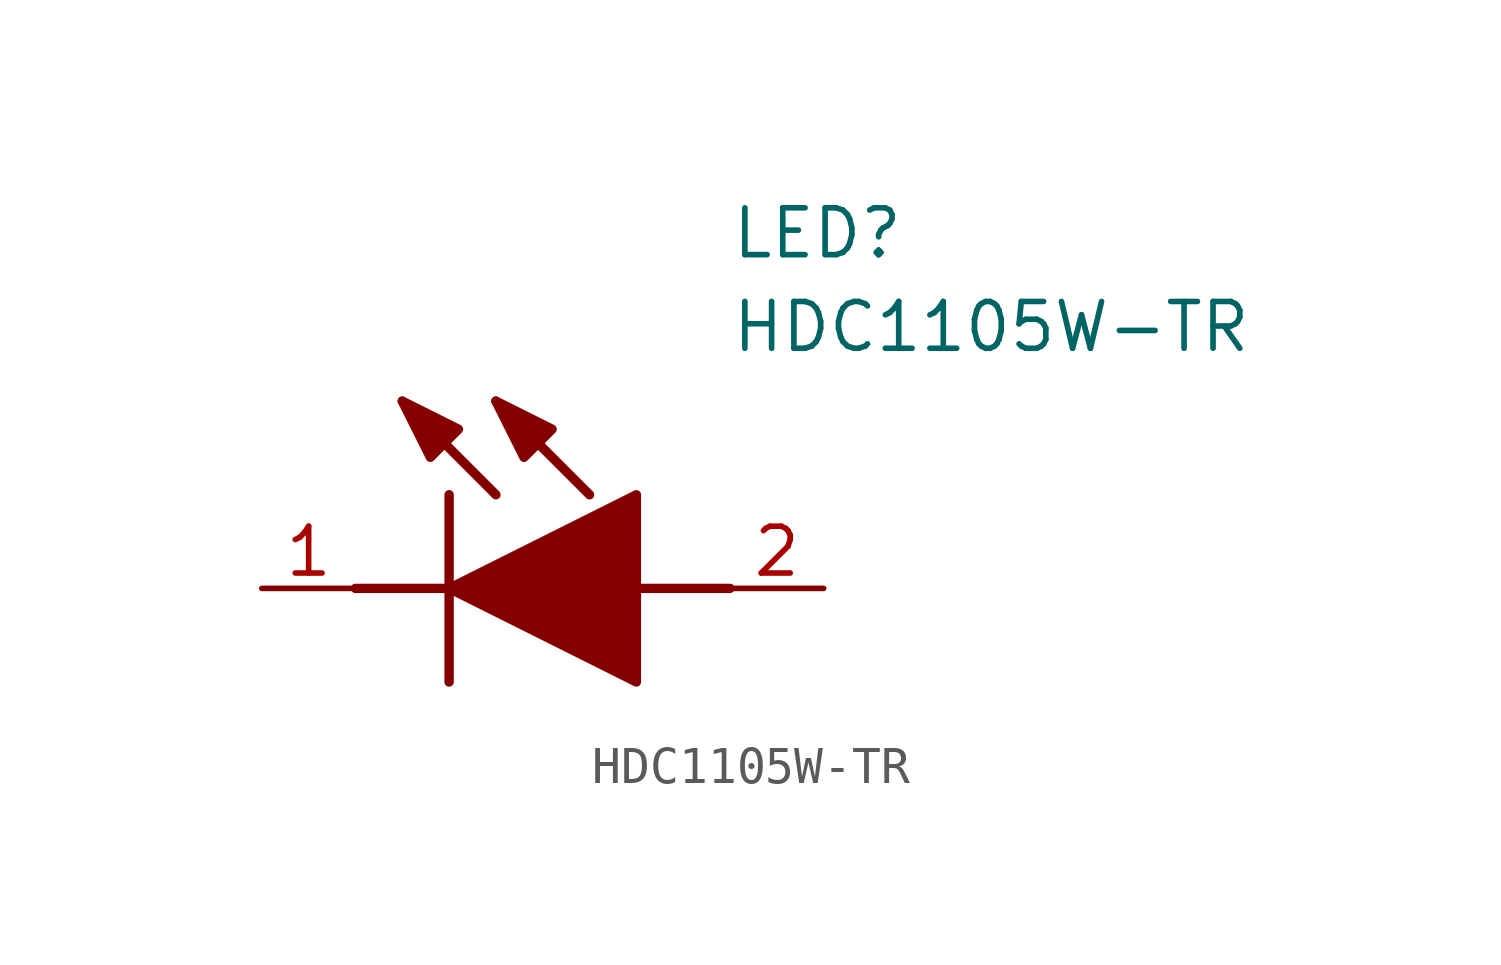
<source format=kicad_sym>
(kicad_symbol_lib
  (version 20211014)
  (generator SamacSys_ECAD_Model)
  (symbol "HDC1105W-TR"
    (pin_names hide)
    (property "Reference" "LED"
      (at 12.7 8.89 0)
      (effects (font (size 1.27 1.27)) (justify left bottom)))
    (property "Value" "HDC1105W-TR"
      (at 12.7 6.35 0)
      (effects (font (size 1.27 1.27)) (justify left bottom)))
    (polyline
      (pts (xy 5.08 2.54) (xy 5.08 -2.54))
      (stroke (width 0.254) (type default))
      (fill (type none)))
    (polyline
      (pts (xy 6.35 2.54) (xy 3.81 5.08))
      (stroke (width 0.254) (type default))
      (fill (type none)))
    (polyline
      (pts (xy 8.89 2.54) (xy 6.35 5.08))
      (stroke (width 0.254) (type default))
      (fill (type none)))
    (polyline
      (pts (xy 2.54 0) (xy 5.08 0))
      (stroke (width 0.254) (type default))
      (fill (type none)))
    (polyline
      (pts (xy 10.16 0) (xy 12.7 0))
      (stroke (width 0.254) (type default))
      (fill (type none)))
    (polyline
      (pts (xy 5.08 0) (xy 10.16 2.54) (xy 10.16 -2.54) (xy 5.08 0))
      (stroke (width 0.254) (type default))
      (fill (type outline)))
    (polyline
      (pts (xy 5.334 4.318) (xy 4.572 3.556) (xy 3.81 5.08) (xy 5.334 4.318))
      (stroke (width 0.254) (type default))
      (fill (type outline)))
    (polyline
      (pts (xy 7.874 4.318) (xy 7.112 3.556) (xy 6.35 5.08) (xy 7.874 4.318))
      (stroke (width 0.254) (type default))
      (fill (type outline)))
    (pin passive line
      (at 0 0 0)
      (length 2.54)
      (name "K" (effects (font (size 1.27 1.27))))
      (number "1" (effects (font (size 1.27 1.27)))))
    (pin passive line
      (at 15.24 0 180)
      (length 2.54)
      (name "A" (effects (font (size 1.27 1.27))))
      (number "2" (effects (font (size 1.27 1.27)))))))
</source>
